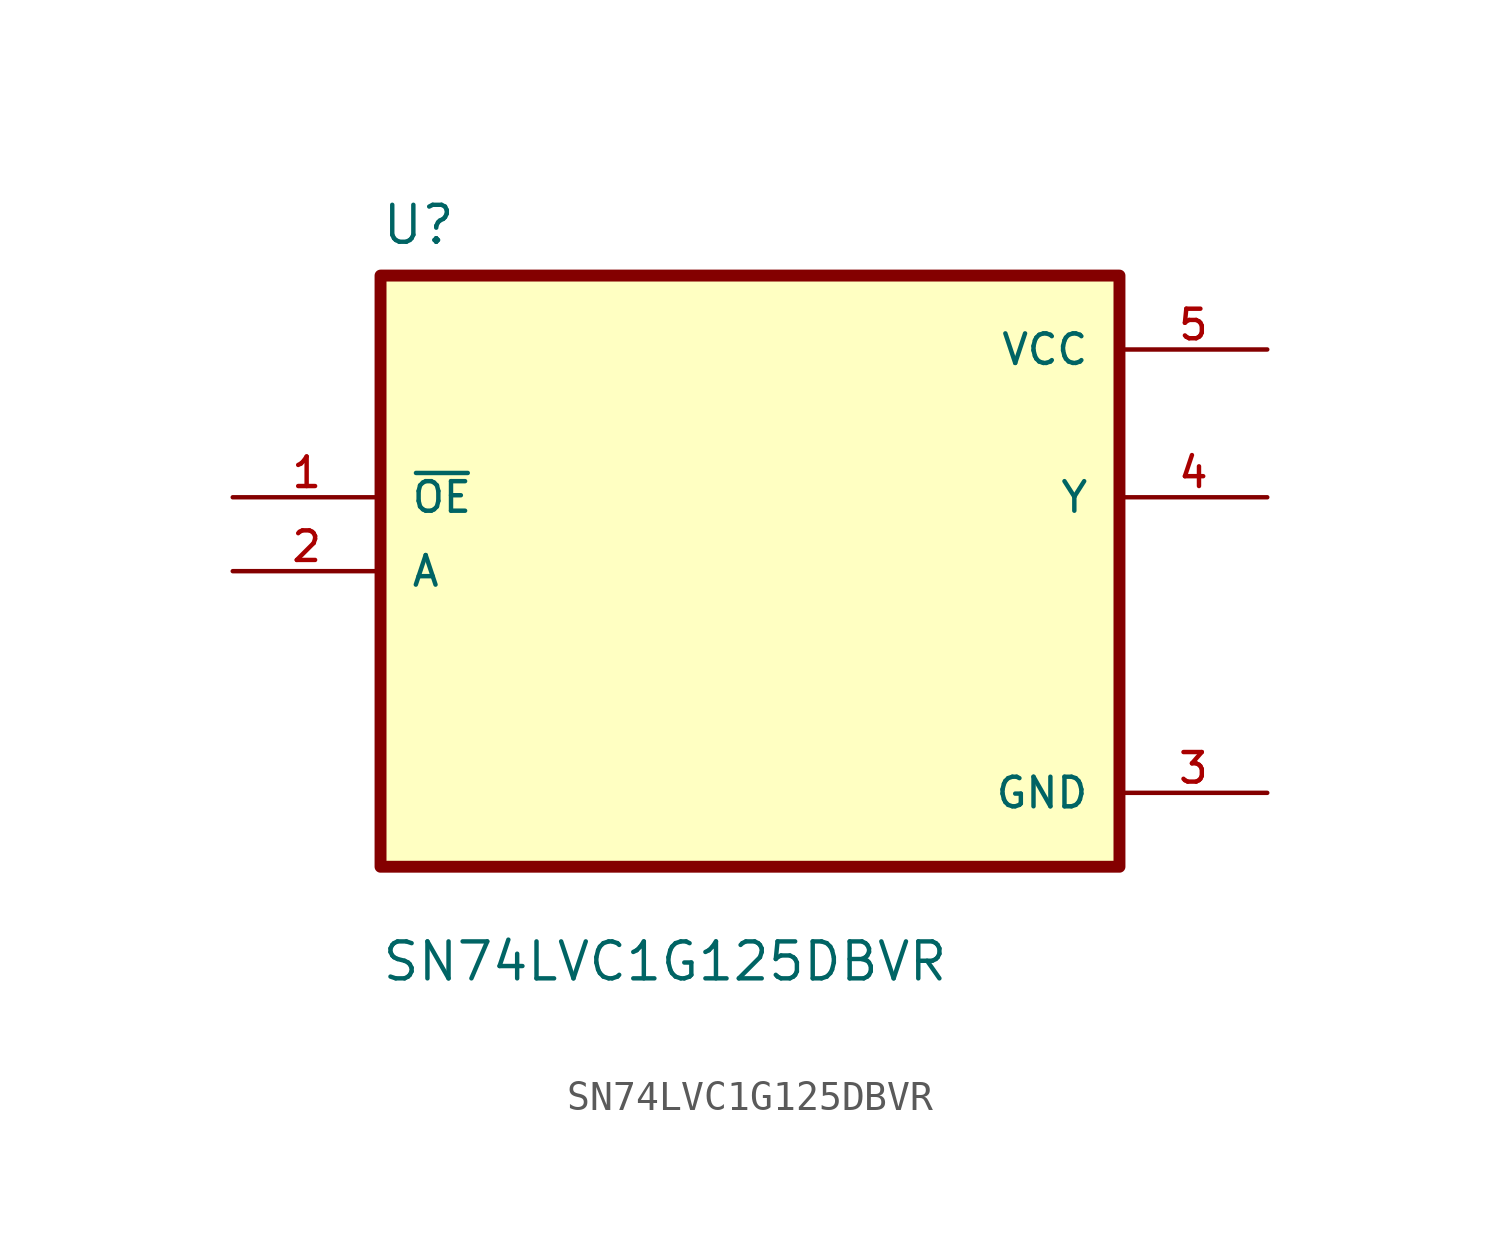
<source format=kicad_sym>
(kicad_symbol_lib
  (version 20211014)
  (generator kicad_symbol_editor)
  (symbol "SN74LVC1G125DBVR"
    (pin_names
      (offset 1.016))
    (property "Reference" "U"
      (at -12.7 11.16 0.0)
      (effects (font (size 1.27 1.27)) (justify bottom left)))
    (property "Value" "SN74LVC1G125DBVR"
      (at -12.7 -14.16 0.0)
      (effects (font (size 1.27 1.27)) (justify bottom left)))
    (symbol "SN74LVC1G125DBVR_0_0"
      (rectangle (start -12.7 -10.16) (end 12.7 10.16) (stroke (width 0.41)) (fill (type background)))
      (pin input line (at -17.78 2.54 0) (length 5.08) (name "~{OE}" (effects (font (size 1.016 1.016)))) (number "1" (effects (font (size 1.016 1.016)))))
      (pin input line (at -17.78 0.0 0) (length 5.08) (name "A" (effects (font (size 1.016 1.016)))) (number "2" (effects (font (size 1.016 1.016)))))
      (pin power_in line (at 17.78 7.62 180.0) (length 5.08) (name "VCC" (effects (font (size 1.016 1.016)))) (number "5" (effects (font (size 1.016 1.016)))))
      (pin output line (at 17.78 2.54 180.0) (length 5.08) (name "Y" (effects (font (size 1.016 1.016)))) (number "4" (effects (font (size 1.016 1.016)))))
      (pin power_in line (at 17.78 -7.62 180.0) (length 5.08) (name "GND" (effects (font (size 1.016 1.016)))) (number "3" (effects (font (size 1.016 1.016))))))))
</source>
